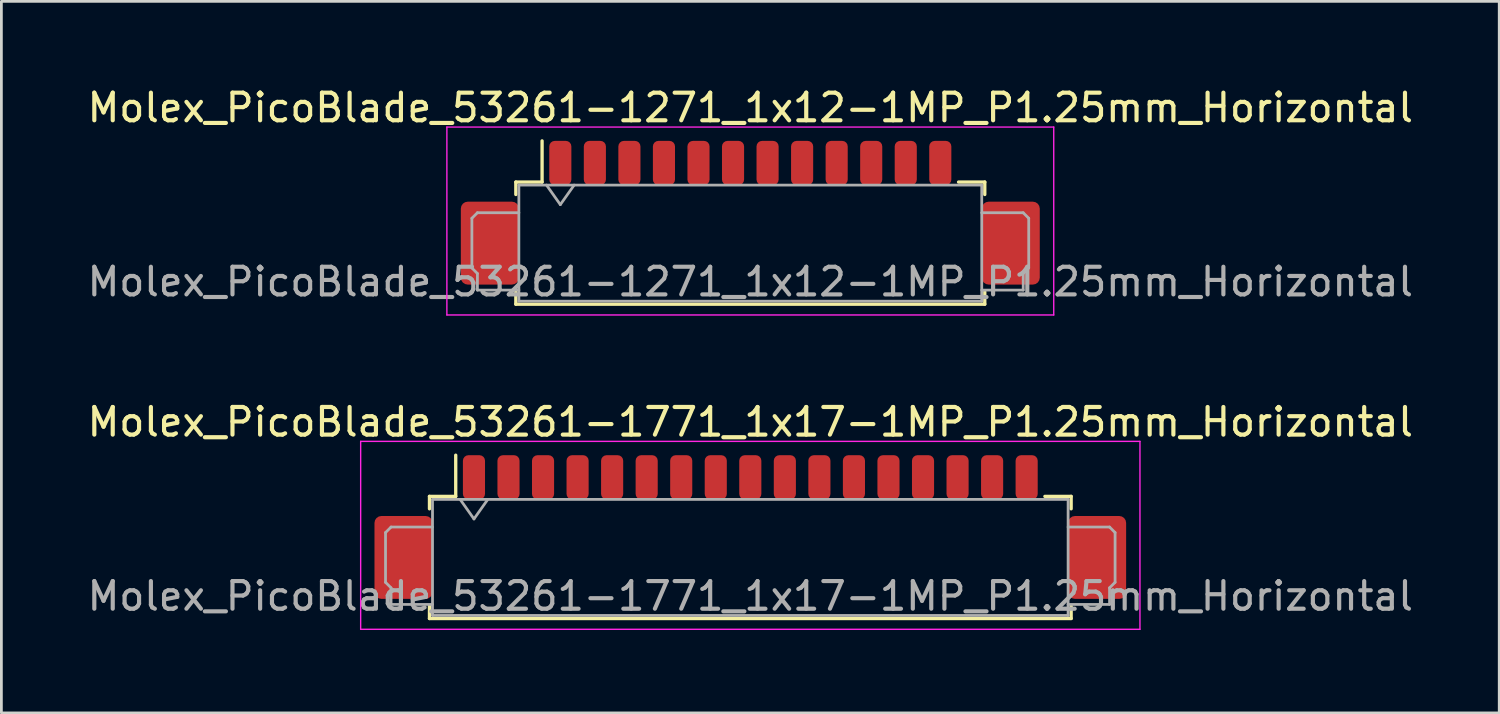
<source format=kicad_pcb>
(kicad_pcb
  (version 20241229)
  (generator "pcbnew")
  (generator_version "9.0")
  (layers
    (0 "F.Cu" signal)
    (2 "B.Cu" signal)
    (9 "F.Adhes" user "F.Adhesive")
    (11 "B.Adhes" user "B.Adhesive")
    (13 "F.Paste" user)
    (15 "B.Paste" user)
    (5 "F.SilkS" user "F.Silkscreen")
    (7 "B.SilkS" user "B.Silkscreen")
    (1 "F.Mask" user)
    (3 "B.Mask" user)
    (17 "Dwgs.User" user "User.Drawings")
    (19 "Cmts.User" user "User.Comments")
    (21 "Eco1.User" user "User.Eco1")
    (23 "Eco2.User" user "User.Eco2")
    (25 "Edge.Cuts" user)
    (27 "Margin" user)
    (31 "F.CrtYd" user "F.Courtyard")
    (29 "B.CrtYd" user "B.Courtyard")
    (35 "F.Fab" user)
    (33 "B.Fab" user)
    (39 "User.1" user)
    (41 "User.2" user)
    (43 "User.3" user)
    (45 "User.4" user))
  (footprint "Molex_PicoBlade_53261-1271_1x12-1MP_P1.25mm_Horizontal"
    (layer "F.Cu")
    (at 24.101 5.248)
    (property "Reference" "Molex_PicoBlade_53261-1271_1x12-1MP_P1.25mm_Horizontal" (at 0 -4.4 0) (layer "F.SilkS") (effects (font (size 1 1) (thickness 0.15))))
    (attr smd)
    (fp_line (start -8.485 -1.71) (end -7.535 -1.71) (stroke (width 0.12) (type solid)) (layer "F.SilkS"))
    (fp_line (start -8.485 -1.26) (end -8.485 -1.71) (stroke (width 0.12) (type solid)) (layer "F.SilkS"))
    (fp_line (start -8.485 2.26) (end -8.485 2.71) (stroke (width 0.12) (type solid)) (layer "F.SilkS"))
    (fp_line (start -8.485 2.71) (end 8.485 2.71) (stroke (width 0.12) (type solid)) (layer "F.SilkS"))
    (fp_line (start -7.535 -1.71) (end -7.535 -3.2) (stroke (width 0.12) (type solid)) (layer "F.SilkS"))
    (fp_line (start 8.485 -1.71) (end 7.535 -1.71) (stroke (width 0.12) (type solid)) (layer "F.SilkS"))
    (fp_line (start 8.485 -1.26) (end 8.485 -1.71) (stroke (width 0.12) (type solid)) (layer "F.SilkS"))
    (fp_line (start 8.485 2.71) (end 8.485 2.26) (stroke (width 0.12) (type solid)) (layer "F.SilkS"))
    (fp_line (start -10.98 -3.7) (end -10.98 3.1) (stroke (width 0.05) (type solid)) (layer "F.CrtYd"))
    (fp_line (start -10.98 3.1) (end 10.98 3.1) (stroke (width 0.05) (type solid)) (layer "F.CrtYd"))
    (fp_line (start 10.98 -3.7) (end -10.98 -3.7) (stroke (width 0.05) (type solid)) (layer "F.CrtYd"))
    (fp_line (start 10.98 3.1) (end 10.98 -3.7) (stroke (width 0.05) (type solid)) (layer "F.CrtYd"))
    (fp_line (start -10.075 -0.4) (end -10.075 1.4) (stroke (width 0.1) (type solid)) (layer "F.Fab"))
    (fp_line (start -10.075 1.4) (end -9.875 1.6) (stroke (width 0.1) (type solid)) (layer "F.Fab"))
    (fp_line (start -9.875 -0.6) (end -10.075 -0.4) (stroke (width 0.1) (type solid)) (layer "F.Fab"))
    (fp_line (start -9.875 1.6) (end -9.875 2.2) (stroke (width 0.1) (type solid)) (layer "F.Fab"))
    (fp_line (start -9.875 2.2) (end -8.375 2.2) (stroke (width 0.1) (type solid)) (layer "F.Fab"))
    (fp_line (start -8.375 -1.6) (end -8.375 2.6) (stroke (width 0.1) (type solid)) (layer "F.Fab"))
    (fp_line (start -8.375 -1.6) (end 8.375 -1.6) (stroke (width 0.1) (type solid)) (layer "F.Fab"))
    (fp_line (start -8.375 -0.6) (end -9.875 -0.6) (stroke (width 0.1) (type solid)) (layer "F.Fab"))
    (fp_line (start -8.375 2.6) (end 8.375 2.6) (stroke (width 0.1) (type solid)) (layer "F.Fab"))
    (fp_line (start -7.375 -1.6) (end -6.875 -0.893) (stroke (width 0.1) (type solid)) (layer "F.Fab"))
    (fp_line (start -6.875 -0.893) (end -6.375 -1.6) (stroke (width 0.1) (type solid)) (layer "F.Fab"))
    (fp_line (start 8.375 -1.6) (end 8.375 2.6) (stroke (width 0.1) (type solid)) (layer "F.Fab"))
    (fp_line (start 8.375 -0.6) (end 9.875 -0.6) (stroke (width 0.1) (type solid)) (layer "F.Fab"))
    (fp_line (start 9.875 -0.6) (end 10.075 -0.4) (stroke (width 0.1) (type solid)) (layer "F.Fab"))
    (fp_line (start 9.875 1.6) (end 9.875 2.2) (stroke (width 0.1) (type solid)) (layer "F.Fab"))
    (fp_line (start 9.875 2.2) (end 8.375 2.2) (stroke (width 0.1) (type solid)) (layer "F.Fab"))
    (fp_line (start 10.075 -0.4) (end 10.075 1.4) (stroke (width 0.1) (type solid)) (layer "F.Fab"))
    (fp_line (start 10.075 1.4) (end 9.875 1.6) (stroke (width 0.1) (type solid)) (layer "F.Fab"))
    (fp_text user "${REFERENCE}" (at 0 1.9 0) (layer "F.Fab") (effects (font (size 1 1) (thickness 0.15))))
    (pad "1" smd roundrect (at -6.875 -2.4) (size 0.8 1.6) (layers "F.Cu" "F.Mask" "F.Paste") (roundrect_rratio 0.25))
    (pad "2" smd roundrect (at -5.625 -2.4) (size 0.8 1.6) (layers "F.Cu" "F.Mask" "F.Paste") (roundrect_rratio 0.25))
    (pad "3" smd roundrect (at -4.375 -2.4) (size 0.8 1.6) (layers "F.Cu" "F.Mask" "F.Paste") (roundrect_rratio 0.25))
    (pad "4" smd roundrect (at -3.125 -2.4) (size 0.8 1.6) (layers "F.Cu" "F.Mask" "F.Paste") (roundrect_rratio 0.25))
    (pad "5" smd roundrect (at -1.875 -2.4) (size 0.8 1.6) (layers "F.Cu" "F.Mask" "F.Paste") (roundrect_rratio 0.25))
    (pad "6" smd roundrect (at -0.625 -2.4) (size 0.8 1.6) (layers "F.Cu" "F.Mask" "F.Paste") (roundrect_rratio 0.25))
    (pad "7" smd roundrect (at 0.625 -2.4) (size 0.8 1.6) (layers "F.Cu" "F.Mask" "F.Paste") (roundrect_rratio 0.25))
    (pad "8" smd roundrect (at 1.875 -2.4) (size 0.8 1.6) (layers "F.Cu" "F.Mask" "F.Paste") (roundrect_rratio 0.25))
    (pad "9" smd roundrect (at 3.125 -2.4) (size 0.8 1.6) (layers "F.Cu" "F.Mask" "F.Paste") (roundrect_rratio 0.25))
    (pad "10" smd roundrect (at 4.375 -2.4) (size 0.8 1.6) (layers "F.Cu" "F.Mask" "F.Paste") (roundrect_rratio 0.25))
    (pad "11" smd roundrect (at 5.625 -2.4) (size 0.8 1.6) (layers "F.Cu" "F.Mask" "F.Paste") (roundrect_rratio 0.25))
    (pad "12" smd roundrect (at 6.875 -2.4) (size 0.8 1.6) (layers "F.Cu" "F.Mask" "F.Paste") (roundrect_rratio 0.25))
    (pad "MP" smd roundrect (at -9.425 0.5) (size 2.1 3) (layers "F.Cu" "F.Mask" "F.Paste") (roundrect_rratio 0.119))
    (pad "MP" smd roundrect (at 9.425 0.5) (size 2.1 3) (layers "F.Cu" "F.Mask" "F.Paste") (roundrect_rratio 0.119)))
  (footprint "Molex_PicoBlade_53261-1771_1x17-1MP_P1.25mm_Horizontal"
    (layer "F.Cu")
    (at 24.101 16.622)
    (property "Reference" "Molex_PicoBlade_53261-1771_1x17-1MP_P1.25mm_Horizontal" (at 0 -4.4 0) (layer "F.SilkS") (effects (font (size 1 1) (thickness 0.15))))
    (attr smd)
    (fp_line (start -11.61 -1.71) (end -10.66 -1.71) (stroke (width 0.12) (type solid)) (layer "F.SilkS"))
    (fp_line (start -11.61 -1.26) (end -11.61 -1.71) (stroke (width 0.12) (type solid)) (layer "F.SilkS"))
    (fp_line (start -11.61 2.26) (end -11.61 2.71) (stroke (width 0.12) (type solid)) (layer "F.SilkS"))
    (fp_line (start -11.61 2.71) (end 11.61 2.71) (stroke (width 0.12) (type solid)) (layer "F.SilkS"))
    (fp_line (start -10.66 -1.71) (end -10.66 -3.2) (stroke (width 0.12) (type solid)) (layer "F.SilkS"))
    (fp_line (start 11.61 -1.71) (end 10.66 -1.71) (stroke (width 0.12) (type solid)) (layer "F.SilkS"))
    (fp_line (start 11.61 -1.26) (end 11.61 -1.71) (stroke (width 0.12) (type solid)) (layer "F.SilkS"))
    (fp_line (start 11.61 2.71) (end 11.61 2.26) (stroke (width 0.12) (type solid)) (layer "F.SilkS"))
    (fp_line (start -14.1 -3.7) (end -14.1 3.1) (stroke (width 0.05) (type solid)) (layer "F.CrtYd"))
    (fp_line (start -14.1 3.1) (end 14.1 3.1) (stroke (width 0.05) (type solid)) (layer "F.CrtYd"))
    (fp_line (start 14.1 -3.7) (end -14.1 -3.7) (stroke (width 0.05) (type solid)) (layer "F.CrtYd"))
    (fp_line (start 14.1 3.1) (end 14.1 -3.7) (stroke (width 0.05) (type solid)) (layer "F.CrtYd"))
    (fp_line (start -13.2 -0.4) (end -13.2 1.4) (stroke (width 0.1) (type solid)) (layer "F.Fab"))
    (fp_line (start -13.2 1.4) (end -13 1.6) (stroke (width 0.1) (type solid)) (layer "F.Fab"))
    (fp_line (start -13 -0.6) (end -13.2 -0.4) (stroke (width 0.1) (type solid)) (layer "F.Fab"))
    (fp_line (start -13 1.6) (end -13 2.2) (stroke (width 0.1) (type solid)) (layer "F.Fab"))
    (fp_line (start -13 2.2) (end -11.5 2.2) (stroke (width 0.1) (type solid)) (layer "F.Fab"))
    (fp_line (start -11.5 -1.6) (end -11.5 2.6) (stroke (width 0.1) (type solid)) (layer "F.Fab"))
    (fp_line (start -11.5 -1.6) (end 11.5 -1.6) (stroke (width 0.1) (type solid)) (layer "F.Fab"))
    (fp_line (start -11.5 -0.6) (end -13 -0.6) (stroke (width 0.1) (type solid)) (layer "F.Fab"))
    (fp_line (start -11.5 2.6) (end 11.5 2.6) (stroke (width 0.1) (type solid)) (layer "F.Fab"))
    (fp_line (start -10.5 -1.6) (end -10 -0.893) (stroke (width 0.1) (type solid)) (layer "F.Fab"))
    (fp_line (start -10 -0.893) (end -9.5 -1.6) (stroke (width 0.1) (type solid)) (layer "F.Fab"))
    (fp_line (start 11.5 -1.6) (end 11.5 2.6) (stroke (width 0.1) (type solid)) (layer "F.Fab"))
    (fp_line (start 11.5 -0.6) (end 13 -0.6) (stroke (width 0.1) (type solid)) (layer "F.Fab"))
    (fp_line (start 13 -0.6) (end 13.2 -0.4) (stroke (width 0.1) (type solid)) (layer "F.Fab"))
    (fp_line (start 13 1.6) (end 13 2.2) (stroke (width 0.1) (type solid)) (layer "F.Fab"))
    (fp_line (start 13 2.2) (end 11.5 2.2) (stroke (width 0.1) (type solid)) (layer "F.Fab"))
    (fp_line (start 13.2 -0.4) (end 13.2 1.4) (stroke (width 0.1) (type solid)) (layer "F.Fab"))
    (fp_line (start 13.2 1.4) (end 13 1.6) (stroke (width 0.1) (type solid)) (layer "F.Fab"))
    (fp_text user "${REFERENCE}" (at 0 1.9 0) (layer "F.Fab") (effects (font (size 1 1) (thickness 0.15))))
    (pad "1" smd roundrect (at -10 -2.4) (size 0.8 1.6) (layers "F.Cu" "F.Mask" "F.Paste") (roundrect_rratio 0.25))
    (pad "2" smd roundrect (at -8.75 -2.4) (size 0.8 1.6) (layers "F.Cu" "F.Mask" "F.Paste") (roundrect_rratio 0.25))
    (pad "3" smd roundrect (at -7.5 -2.4) (size 0.8 1.6) (layers "F.Cu" "F.Mask" "F.Paste") (roundrect_rratio 0.25))
    (pad "4" smd roundrect (at -6.25 -2.4) (size 0.8 1.6) (layers "F.Cu" "F.Mask" "F.Paste") (roundrect_rratio 0.25))
    (pad "5" smd roundrect (at -5 -2.4) (size 0.8 1.6) (layers "F.Cu" "F.Mask" "F.Paste") (roundrect_rratio 0.25))
    (pad "6" smd roundrect (at -3.75 -2.4) (size 0.8 1.6) (layers "F.Cu" "F.Mask" "F.Paste") (roundrect_rratio 0.25))
    (pad "7" smd roundrect (at -2.5 -2.4) (size 0.8 1.6) (layers "F.Cu" "F.Mask" "F.Paste") (roundrect_rratio 0.25))
    (pad "8" smd roundrect (at -1.25 -2.4) (size 0.8 1.6) (layers "F.Cu" "F.Mask" "F.Paste") (roundrect_rratio 0.25))
    (pad "9" smd roundrect (at 0 -2.4) (size 0.8 1.6) (layers "F.Cu" "F.Mask" "F.Paste") (roundrect_rratio 0.25))
    (pad "10" smd roundrect (at 1.25 -2.4) (size 0.8 1.6) (layers "F.Cu" "F.Mask" "F.Paste") (roundrect_rratio 0.25))
    (pad "11" smd roundrect (at 2.5 -2.4) (size 0.8 1.6) (layers "F.Cu" "F.Mask" "F.Paste") (roundrect_rratio 0.25))
    (pad "12" smd roundrect (at 3.75 -2.4) (size 0.8 1.6) (layers "F.Cu" "F.Mask" "F.Paste") (roundrect_rratio 0.25))
    (pad "13" smd roundrect (at 5 -2.4) (size 0.8 1.6) (layers "F.Cu" "F.Mask" "F.Paste") (roundrect_rratio 0.25))
    (pad "14" smd roundrect (at 6.25 -2.4) (size 0.8 1.6) (layers "F.Cu" "F.Mask" "F.Paste") (roundrect_rratio 0.25))
    (pad "15" smd roundrect (at 7.5 -2.4) (size 0.8 1.6) (layers "F.Cu" "F.Mask" "F.Paste") (roundrect_rratio 0.25))
    (pad "16" smd roundrect (at 8.75 -2.4) (size 0.8 1.6) (layers "F.Cu" "F.Mask" "F.Paste") (roundrect_rratio 0.25))
    (pad "17" smd roundrect (at 10 -2.4) (size 0.8 1.6) (layers "F.Cu" "F.Mask" "F.Paste") (roundrect_rratio 0.25))
    (pad "MP" smd roundrect (at -12.55 0.5) (size 2.1 3) (layers "F.Cu" "F.Mask" "F.Paste") (roundrect_rratio 0.119))
    (pad "MP" smd roundrect (at 12.55 0.5) (size 2.1 3) (layers "F.Cu" "F.Mask" "F.Paste") (roundrect_rratio 0.119)))
  (gr_rect
    (start -3 -3)
    (end 51.202 22.747)
    (stroke (width 0.1) (type default))
    (fill no)
    (layer "Edge.Cuts")))
</source>
